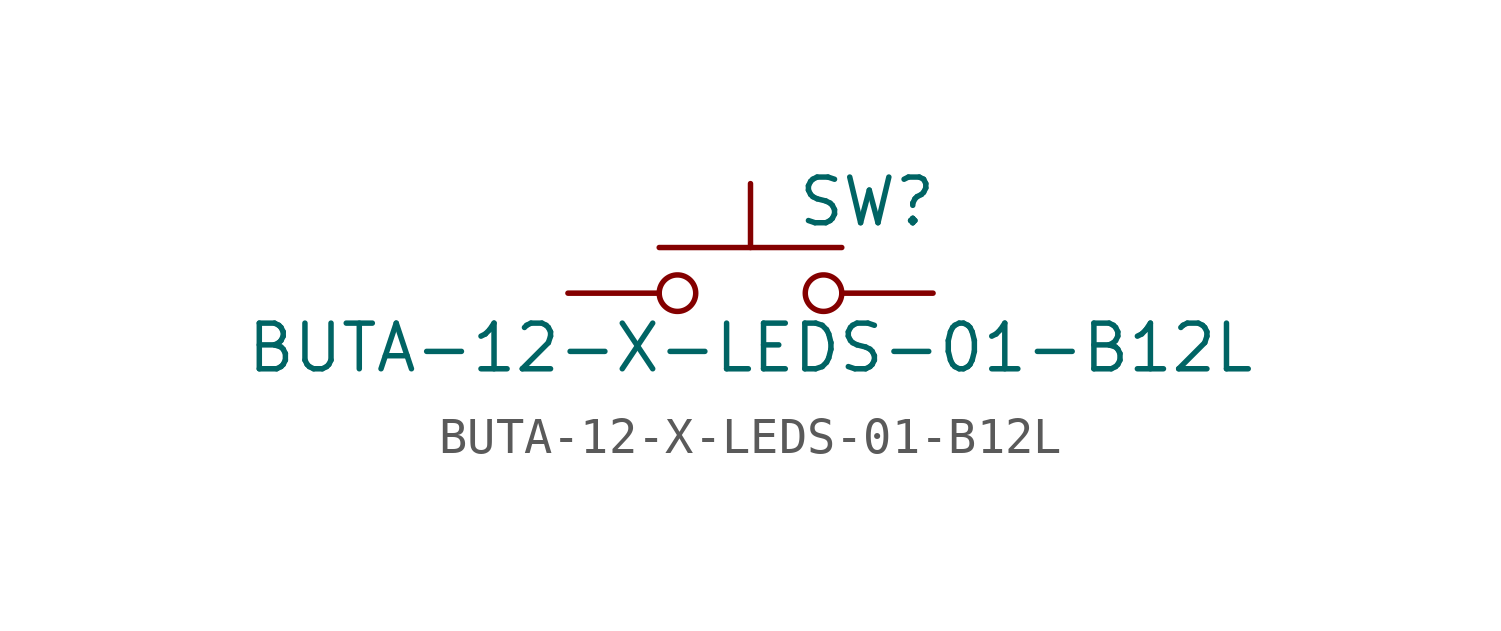
<source format=kicad_sym>
(kicad_symbol_lib
  (version 20211014)
  (generator kicad_symbol_editor)
  (symbol "BUTA-12-X-LEDS-01-B12L"
    (pin_numbers hide)
    (pin_names
      (offset 1.016) hide)
    (property "Reference" "SW"
      (at 1.27 2.54 0)
      (effects (font (size 1.27 1.27)) (justify left)))
    (property "Value" "BUTA-12-X-LEDS-01-B12L"
      (at 0 -1.524 0)
      (effects (font (size 1.27 1.27))))
    (symbol "BUTA-12-X-LEDS-01-B12L_0_1"
      (circle (center -2.032 0) (radius 0.508) (stroke (width 0) (type default) (color 0 0 0 0)) (fill (type none)))
      (polyline (pts (xy 0 1.27) (xy 0 3.048)) (stroke (width 0) (type default) (color 0 0 0 0)) (fill (type none)))
      (polyline (pts (xy 2.54 1.27) (xy -2.54 1.27)) (stroke (width 0) (type default) (color 0 0 0 0)) (fill (type none)))
      (circle (center 2.032 0) (radius 0.508) (stroke (width 0) (type default) (color 0 0 0 0)) (fill (type none)))
      (pin passive line (at -5.08 0 0) (length 2.54) (name "1" (effects (font (size 1.27 1.27)))) (number "1" (effects (font (size 1.27 1.27)))))
      (pin passive line (at 5.08 0 180) (length 2.54) (name "2" (effects (font (size 1.27 1.27)))) (number "2" (effects (font (size 1.27 1.27))))))))
</source>
